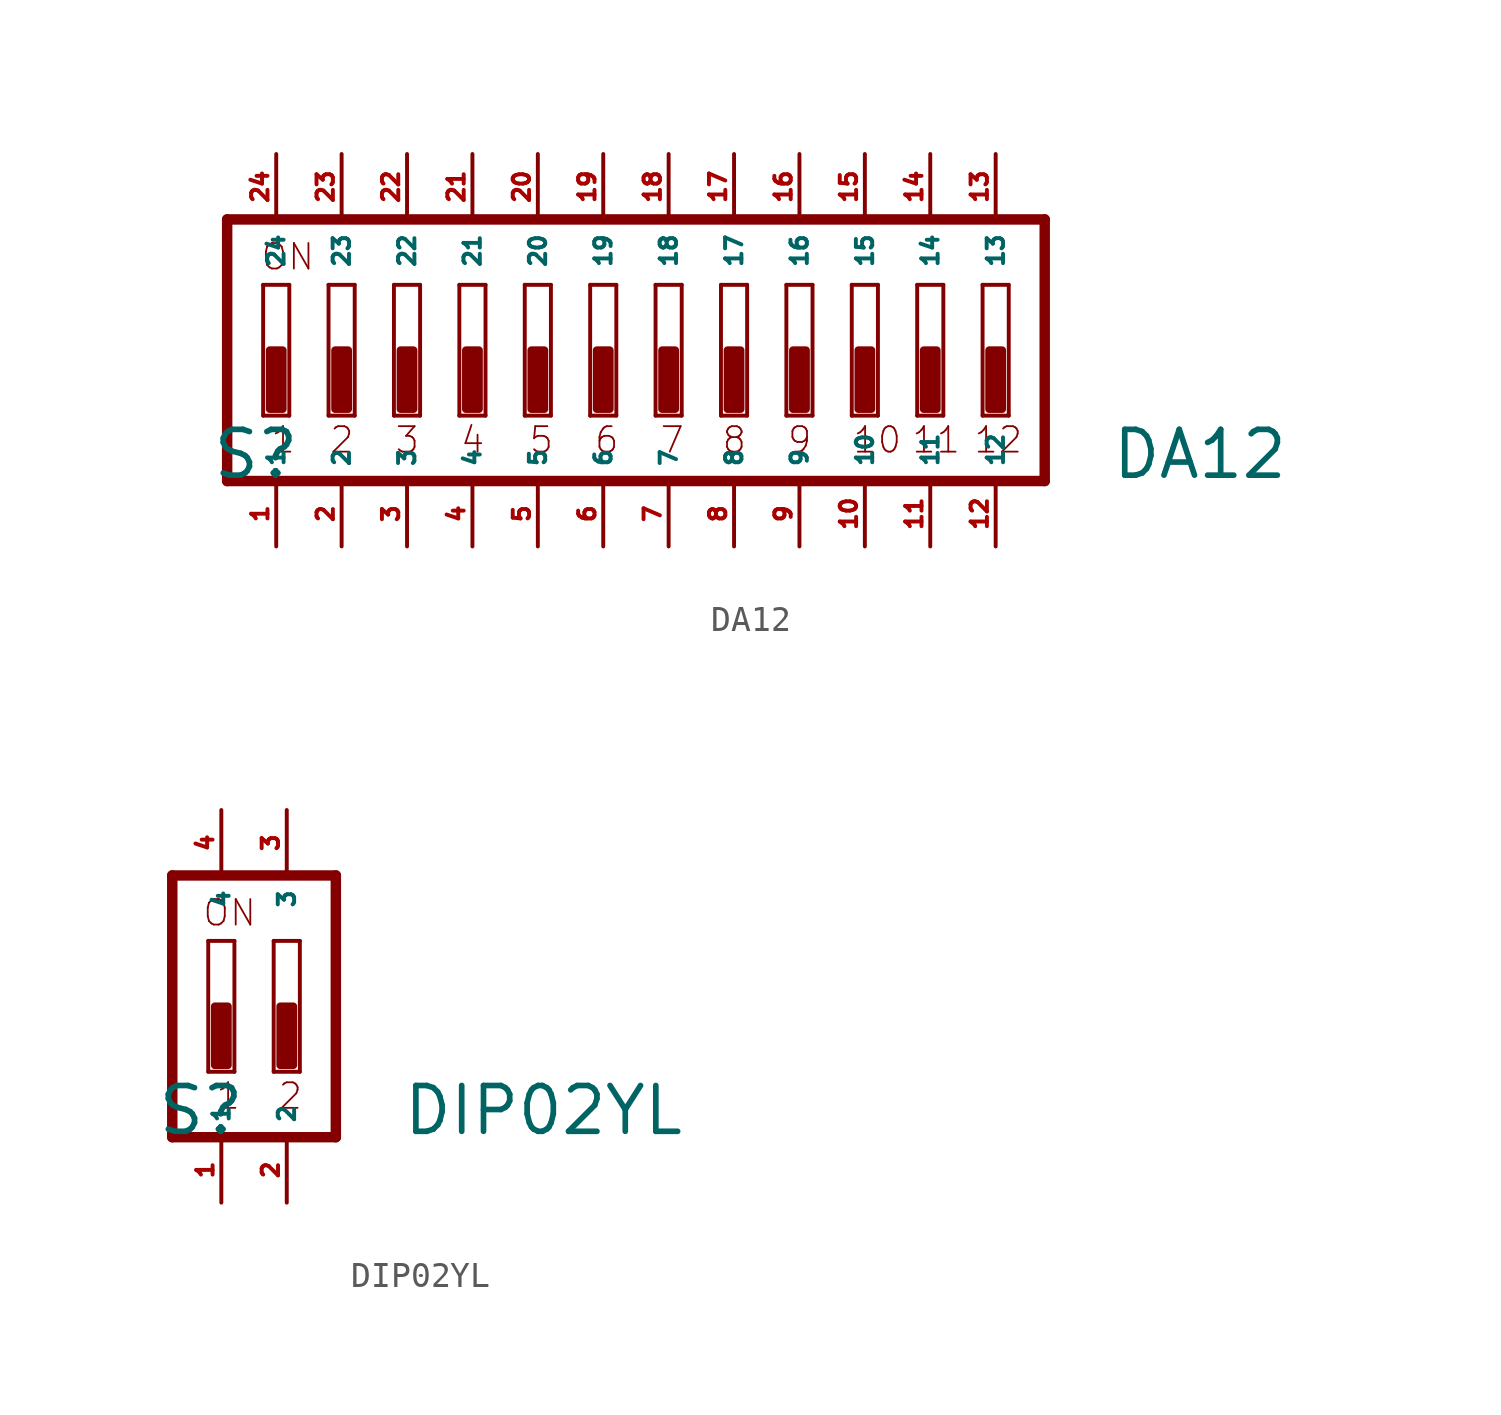
<source format=kicad_sym>
(kicad_symbol_lib
  (version 20220914)
  (generator Eagle2Kicad)
  (symbol "DA12"
    (property "Reference" "S"
      (at -17.78 -5.08 0)
      (effects (font (size 1.778 1.778) (thickness 0.22)) (justify left bottom)))
    (property "Value" "DA12"
      (at 17.145 -5.08 0)
      (effects (font (size 1.778 1.778) (thickness 0.22)) (justify left bottom)))
    (polyline
      (pts (xy 14.605 5.08) (xy -17.145 5.08))
      (stroke (width 0.406) (type default))
      (fill (type none)))
    (polyline
      (pts (xy -17.145 5.08) (xy -17.145 -5.08))
      (stroke (width 0.406) (type default))
      (fill (type none)))
    (polyline
      (pts (xy -17.145 -5.08) (xy 14.605 -5.08))
      (stroke (width 0.406) (type default))
      (fill (type none)))
    (polyline
      (pts (xy 14.605 -5.08) (xy 14.605 5.08))
      (stroke (width 0.406) (type default))
      (fill (type none)))
    (polyline
      (pts (xy -14.732 -2.54) (xy -15.748 -2.54))
      (stroke (width 0.152) (type default))
      (fill (type none)))
    (polyline
      (pts (xy -15.748 2.54) (xy -14.732 2.54))
      (stroke (width 0.152) (type default))
      (fill (type none)))
    (polyline
      (pts (xy -14.732 2.54) (xy -14.732 -2.54))
      (stroke (width 0.152) (type default))
      (fill (type none)))
    (polyline
      (pts (xy -15.748 -2.54) (xy -15.748 2.54))
      (stroke (width 0.152) (type default))
      (fill (type none)))
    (polyline
      (pts (xy -12.192 -2.54) (xy -13.208 -2.54))
      (stroke (width 0.152) (type default))
      (fill (type none)))
    (polyline
      (pts (xy -13.208 2.54) (xy -12.192 2.54))
      (stroke (width 0.152) (type default))
      (fill (type none)))
    (polyline
      (pts (xy -12.192 2.54) (xy -12.192 -2.54))
      (stroke (width 0.152) (type default))
      (fill (type none)))
    (polyline
      (pts (xy -13.208 -2.54) (xy -13.208 2.54))
      (stroke (width 0.152) (type default))
      (fill (type none)))
    (polyline
      (pts (xy -9.652 -2.54) (xy -10.668 -2.54))
      (stroke (width 0.152) (type default))
      (fill (type none)))
    (polyline
      (pts (xy -10.668 2.54) (xy -9.652 2.54))
      (stroke (width 0.152) (type default))
      (fill (type none)))
    (polyline
      (pts (xy -9.652 2.54) (xy -9.652 -2.54))
      (stroke (width 0.152) (type default))
      (fill (type none)))
    (polyline
      (pts (xy -10.668 -2.54) (xy -10.668 2.54))
      (stroke (width 0.152) (type default))
      (fill (type none)))
    (polyline
      (pts (xy -7.112 -2.54) (xy -8.128 -2.54))
      (stroke (width 0.152) (type default))
      (fill (type none)))
    (polyline
      (pts (xy -8.128 2.54) (xy -7.112 2.54))
      (stroke (width 0.152) (type default))
      (fill (type none)))
    (polyline
      (pts (xy -7.112 2.54) (xy -7.112 -2.54))
      (stroke (width 0.152) (type default))
      (fill (type none)))
    (polyline
      (pts (xy -8.128 -2.54) (xy -8.128 2.54))
      (stroke (width 0.152) (type default))
      (fill (type none)))
    (polyline
      (pts (xy -4.572 -2.54) (xy -5.588 -2.54))
      (stroke (width 0.152) (type default))
      (fill (type none)))
    (polyline
      (pts (xy -5.588 2.54) (xy -4.572 2.54))
      (stroke (width 0.152) (type default))
      (fill (type none)))
    (polyline
      (pts (xy -4.572 2.54) (xy -4.572 -2.54))
      (stroke (width 0.152) (type default))
      (fill (type none)))
    (polyline
      (pts (xy -5.588 -2.54) (xy -5.588 2.54))
      (stroke (width 0.152) (type default))
      (fill (type none)))
    (polyline
      (pts (xy -2.032 -2.54) (xy -3.048 -2.54))
      (stroke (width 0.152) (type default))
      (fill (type none)))
    (polyline
      (pts (xy -3.048 2.54) (xy -2.032 2.54))
      (stroke (width 0.152) (type default))
      (fill (type none)))
    (polyline
      (pts (xy -2.032 2.54) (xy -2.032 -2.54))
      (stroke (width 0.152) (type default))
      (fill (type none)))
    (polyline
      (pts (xy -3.048 -2.54) (xy -3.048 2.54))
      (stroke (width 0.152) (type default))
      (fill (type none)))
    (polyline
      (pts (xy 0.508 -2.54) (xy -0.508 -2.54))
      (stroke (width 0.152) (type default))
      (fill (type none)))
    (polyline
      (pts (xy -0.508 2.54) (xy 0.508 2.54))
      (stroke (width 0.152) (type default))
      (fill (type none)))
    (polyline
      (pts (xy 0.508 2.54) (xy 0.508 -2.54))
      (stroke (width 0.152) (type default))
      (fill (type none)))
    (polyline
      (pts (xy -0.508 -2.54) (xy -0.508 2.54))
      (stroke (width 0.152) (type default))
      (fill (type none)))
    (polyline
      (pts (xy 3.048 -2.54) (xy 2.032 -2.54))
      (stroke (width 0.152) (type default))
      (fill (type none)))
    (polyline
      (pts (xy 2.032 2.54) (xy 3.048 2.54))
      (stroke (width 0.152) (type default))
      (fill (type none)))
    (polyline
      (pts (xy 3.048 2.54) (xy 3.048 -2.54))
      (stroke (width 0.152) (type default))
      (fill (type none)))
    (polyline
      (pts (xy 2.032 -2.54) (xy 2.032 2.54))
      (stroke (width 0.152) (type default))
      (fill (type none)))
    (polyline
      (pts (xy 5.588 -2.54) (xy 4.572 -2.54))
      (stroke (width 0.152) (type default))
      (fill (type none)))
    (polyline
      (pts (xy 4.572 2.54) (xy 5.588 2.54))
      (stroke (width 0.152) (type default))
      (fill (type none)))
    (polyline
      (pts (xy 5.588 2.54) (xy 5.588 -2.54))
      (stroke (width 0.152) (type default))
      (fill (type none)))
    (polyline
      (pts (xy 4.572 -2.54) (xy 4.572 2.54))
      (stroke (width 0.152) (type default))
      (fill (type none)))
    (polyline
      (pts (xy 8.128 -2.54) (xy 7.112 -2.54))
      (stroke (width 0.152) (type default))
      (fill (type none)))
    (polyline
      (pts (xy 7.112 2.54) (xy 8.128 2.54))
      (stroke (width 0.152) (type default))
      (fill (type none)))
    (polyline
      (pts (xy 8.128 2.54) (xy 8.128 -2.54))
      (stroke (width 0.152) (type default))
      (fill (type none)))
    (polyline
      (pts (xy 7.112 -2.54) (xy 7.112 2.54))
      (stroke (width 0.152) (type default))
      (fill (type none)))
    (polyline
      (pts (xy 10.668 -2.54) (xy 9.652 -2.54))
      (stroke (width 0.152) (type default))
      (fill (type none)))
    (polyline
      (pts (xy 9.652 2.54) (xy 10.668 2.54))
      (stroke (width 0.152) (type default))
      (fill (type none)))
    (polyline
      (pts (xy 10.668 2.54) (xy 10.668 -2.54))
      (stroke (width 0.152) (type default))
      (fill (type none)))
    (polyline
      (pts (xy 9.652 -2.54) (xy 9.652 2.54))
      (stroke (width 0.152) (type default))
      (fill (type none)))
    (polyline
      (pts (xy 13.208 -2.54) (xy 12.192 -2.54))
      (stroke (width 0.152) (type default))
      (fill (type none)))
    (polyline
      (pts (xy 12.192 2.54) (xy 13.208 2.54))
      (stroke (width 0.152) (type default))
      (fill (type none)))
    (polyline
      (pts (xy 13.208 2.54) (xy 13.208 -2.54))
      (stroke (width 0.152) (type default))
      (fill (type none)))
    (polyline
      (pts (xy 12.192 -2.54) (xy 12.192 2.54))
      (stroke (width 0.152) (type default))
      (fill (type none)))
    (text "1"
      (at -15.494 -4.064 0)
      (effects (font (size 0.991 0.991) (thickness 0.07)) (justify left bottom)))
    (text "2"
      (at -13.208 -4.064 0)
      (effects (font (size 0.991 0.991) (thickness 0.07)) (justify left bottom)))
    (text "3"
      (at -10.668 -4.064 0)
      (effects (font (size 0.991 0.991) (thickness 0.07)) (justify left bottom)))
    (text "4"
      (at -8.128 -4.064 0)
      (effects (font (size 0.991 0.991) (thickness 0.07)) (justify left bottom)))
    (text "5"
      (at -5.461 -4.064 0)
      (effects (font (size 0.991 0.991) (thickness 0.07)) (justify left bottom)))
    (text "6"
      (at -2.921 -4.064 0)
      (effects (font (size 0.991 0.991) (thickness 0.07)) (justify left bottom)))
    (text "7"
      (at -0.381 -4.064 0)
      (effects (font (size 0.991 0.991) (thickness 0.07)) (justify left bottom)))
    (text "8"
      (at 2.032 -4.064 0)
      (effects (font (size 0.991 0.991) (thickness 0.07)) (justify left bottom)))
    (text "9"
      (at 4.572 -4.064 0)
      (effects (font (size 0.991 0.991) (thickness 0.07)) (justify left bottom)))
    (text "ON"
      (at -15.875 3.048 0)
      (effects (font (size 0.991 0.991) (thickness 0.07)) (justify left bottom)))
    (text "10"
      (at 7.112 -4.064 0)
      (effects (font (size 0.991 0.991) (thickness 0.07)) (justify left bottom)))
    (text "11"
      (at 9.398 -4.064 0)
      (effects (font (size 0.991 0.991) (thickness 0.07)) (justify left bottom)))
    (text "12"
      (at 11.811 -4.064 0)
      (effects (font (size 0.991 0.991) (thickness 0.07)) (justify left bottom)))
    (rectangle
      (start -15.494 -2.286)
      (end -14.986 0)
      (stroke (width 0.3) (type default))
      (fill (type outline)))
    (rectangle
      (start -12.954 -2.286)
      (end -12.446 0)
      (stroke (width 0.3) (type default))
      (fill (type outline)))
    (rectangle
      (start -10.414 -2.286)
      (end -9.906 0)
      (stroke (width 0.3) (type default))
      (fill (type outline)))
    (rectangle
      (start -7.874 -2.286)
      (end -7.366 0)
      (stroke (width 0.3) (type default))
      (fill (type outline)))
    (rectangle
      (start -5.334 -2.286)
      (end -4.826 0)
      (stroke (width 0.3) (type default))
      (fill (type outline)))
    (rectangle
      (start -2.794 -2.286)
      (end -2.286 0)
      (stroke (width 0.3) (type default))
      (fill (type outline)))
    (rectangle
      (start -0.254 -2.286)
      (end 0.254 0)
      (stroke (width 0.3) (type default))
      (fill (type outline)))
    (rectangle
      (start 2.286 -2.286)
      (end 2.794 0)
      (stroke (width 0.3) (type default))
      (fill (type outline)))
    (rectangle
      (start 4.826 -2.286)
      (end 5.334 0)
      (stroke (width 0.3) (type default))
      (fill (type outline)))
    (rectangle
      (start 7.366 -2.286)
      (end 7.874 0)
      (stroke (width 0.3) (type default))
      (fill (type outline)))
    (rectangle
      (start 9.906 -2.286)
      (end 10.414 0)
      (stroke (width 0.3) (type default))
      (fill (type outline)))
    (rectangle
      (start 12.446 -2.286)
      (end 12.954 0)
      (stroke (width 0.3) (type default))
      (fill (type outline)))
    (pin passive line
      (at 5.08 7.62 270)
      (length 2.54)
      (name "16" (effects (font (size 0.635 0.635) (thickness 0.08)) (justify left bottom)))
      (number "16" (effects (font (size 0.635 0.635) (thickness 0.08)) (justify left bottom))))
    (pin passive line
      (at 2.54 7.62 270)
      (length 2.54)
      (name "17" (effects (font (size 0.635 0.635) (thickness 0.08)) (justify left bottom)))
      (number "17" (effects (font (size 0.635 0.635) (thickness 0.08)) (justify left bottom))))
    (pin passive line
      (at 0 7.62 270)
      (length 2.54)
      (name "18" (effects (font (size 0.635 0.635) (thickness 0.08)) (justify left bottom)))
      (number "18" (effects (font (size 0.635 0.635) (thickness 0.08)) (justify left bottom))))
    (pin passive line
      (at -2.54 7.62 270)
      (length 2.54)
      (name "19" (effects (font (size 0.635 0.635) (thickness 0.08)) (justify left bottom)))
      (number "19" (effects (font (size 0.635 0.635) (thickness 0.08)) (justify left bottom))))
    (pin passive line
      (at -5.08 7.62 270)
      (length 2.54)
      (name "20" (effects (font (size 0.635 0.635) (thickness 0.08)) (justify left bottom)))
      (number "20" (effects (font (size 0.635 0.635) (thickness 0.08)) (justify left bottom))))
    (pin passive line
      (at -7.62 7.62 270)
      (length 2.54)
      (name "21" (effects (font (size 0.635 0.635) (thickness 0.08)) (justify left bottom)))
      (number "21" (effects (font (size 0.635 0.635) (thickness 0.08)) (justify left bottom))))
    (pin passive line
      (at -10.16 7.62 270)
      (length 2.54)
      (name "22" (effects (font (size 0.635 0.635) (thickness 0.08)) (justify left bottom)))
      (number "22" (effects (font (size 0.635 0.635) (thickness 0.08)) (justify left bottom))))
    (pin passive line
      (at -12.7 7.62 270)
      (length 2.54)
      (name "23" (effects (font (size 0.635 0.635) (thickness 0.08)) (justify left bottom)))
      (number "23" (effects (font (size 0.635 0.635) (thickness 0.08)) (justify left bottom))))
    (pin passive line
      (at -15.24 7.62 270)
      (length 2.54)
      (name "24" (effects (font (size 0.635 0.635) (thickness 0.08)) (justify left bottom)))
      (number "24" (effects (font (size 0.635 0.635) (thickness 0.08)) (justify left bottom))))
    (pin passive line
      (at -15.24 -7.62 90)
      (length 2.54)
      (name "1" (effects (font (size 0.635 0.635) (thickness 0.08)) (justify left bottom)))
      (number "1" (effects (font (size 0.635 0.635) (thickness 0.08)) (justify left bottom))))
    (pin passive line
      (at -12.7 -7.62 90)
      (length 2.54)
      (name "2" (effects (font (size 0.635 0.635) (thickness 0.08)) (justify left bottom)))
      (number "2" (effects (font (size 0.635 0.635) (thickness 0.08)) (justify left bottom))))
    (pin passive line
      (at -10.16 -7.62 90)
      (length 2.54)
      (name "3" (effects (font (size 0.635 0.635) (thickness 0.08)) (justify left bottom)))
      (number "3" (effects (font (size 0.635 0.635) (thickness 0.08)) (justify left bottom))))
    (pin passive line
      (at -7.62 -7.62 90)
      (length 2.54)
      (name "4" (effects (font (size 0.635 0.635) (thickness 0.08)) (justify left bottom)))
      (number "4" (effects (font (size 0.635 0.635) (thickness 0.08)) (justify left bottom))))
    (pin passive line
      (at -5.08 -7.62 90)
      (length 2.54)
      (name "5" (effects (font (size 0.635 0.635) (thickness 0.08)) (justify left bottom)))
      (number "5" (effects (font (size 0.635 0.635) (thickness 0.08)) (justify left bottom))))
    (pin passive line
      (at -2.54 -7.62 90)
      (length 2.54)
      (name "6" (effects (font (size 0.635 0.635) (thickness 0.08)) (justify left bottom)))
      (number "6" (effects (font (size 0.635 0.635) (thickness 0.08)) (justify left bottom))))
    (pin passive line
      (at 0 -7.62 90)
      (length 2.54)
      (name "7" (effects (font (size 0.635 0.635) (thickness 0.08)) (justify left bottom)))
      (number "7" (effects (font (size 0.635 0.635) (thickness 0.08)) (justify left bottom))))
    (pin passive line
      (at 2.54 -7.62 90)
      (length 2.54)
      (name "8" (effects (font (size 0.635 0.635) (thickness 0.08)) (justify left bottom)))
      (number "8" (effects (font (size 0.635 0.635) (thickness 0.08)) (justify left bottom))))
    (pin passive line
      (at 5.08 -7.62 90)
      (length 2.54)
      (name "9" (effects (font (size 0.635 0.635) (thickness 0.08)) (justify left bottom)))
      (number "9" (effects (font (size 0.635 0.635) (thickness 0.08)) (justify left bottom))))
    (pin passive line
      (at 7.62 -7.62 90)
      (length 2.54)
      (name "10" (effects (font (size 0.635 0.635) (thickness 0.08)) (justify left bottom)))
      (number "10" (effects (font (size 0.635 0.635) (thickness 0.08)) (justify left bottom))))
    (pin passive line
      (at 7.62 7.62 270)
      (length 2.54)
      (name "15" (effects (font (size 0.635 0.635) (thickness 0.08)) (justify left bottom)))
      (number "15" (effects (font (size 0.635 0.635) (thickness 0.08)) (justify left bottom))))
    (pin passive line
      (at 10.16 -7.62 90)
      (length 2.54)
      (name "11" (effects (font (size 0.635 0.635) (thickness 0.08)) (justify left bottom)))
      (number "11" (effects (font (size 0.635 0.635) (thickness 0.08)) (justify left bottom))))
    (pin passive line
      (at 12.7 -7.62 90)
      (length 2.54)
      (name "12" (effects (font (size 0.635 0.635) (thickness 0.08)) (justify left bottom)))
      (number "12" (effects (font (size 0.635 0.635) (thickness 0.08)) (justify left bottom))))
    (pin passive line
      (at 12.7 7.62 270)
      (length 2.54)
      (name "13" (effects (font (size 0.635 0.635) (thickness 0.08)) (justify left bottom)))
      (number "13" (effects (font (size 0.635 0.635) (thickness 0.08)) (justify left bottom))))
    (pin passive line
      (at 10.16 7.62 270)
      (length 2.54)
      (name "14" (effects (font (size 0.635 0.635) (thickness 0.08)) (justify left bottom)))
      (number "14" (effects (font (size 0.635 0.635) (thickness 0.08)) (justify left bottom)))))
  (symbol "DIP02YL"
    (property "Reference" "S"
      (at -2.54 -5.08 0)
      (effects (font (size 1.778 1.778) (thickness 0.22)) (justify left bottom)))
    (property "Value" "DIP02YL"
      (at 6.985 -5.08 0)
      (effects (font (size 1.778 1.778) (thickness 0.22)) (justify left bottom)))
    (polyline
      (pts (xy -1.905 5.08) (xy -1.905 -5.08))
      (stroke (width 0.406) (type default))
      (fill (type none)))
    (polyline
      (pts (xy -1.905 5.08) (xy 4.445 5.08))
      (stroke (width 0.406) (type default))
      (fill (type none)))
    (polyline
      (pts (xy 4.445 -5.08) (xy 4.445 5.08))
      (stroke (width 0.406) (type default))
      (fill (type none)))
    (polyline
      (pts (xy 4.445 -5.08) (xy -1.905 -5.08))
      (stroke (width 0.406) (type default))
      (fill (type none)))
    (polyline
      (pts (xy 0.508 -2.54) (xy -0.508 -2.54))
      (stroke (width 0.152) (type default))
      (fill (type none)))
    (polyline
      (pts (xy -0.508 2.54) (xy 0.508 2.54))
      (stroke (width 0.152) (type default))
      (fill (type none)))
    (polyline
      (pts (xy 0.508 2.54) (xy 0.508 -2.54))
      (stroke (width 0.152) (type default))
      (fill (type none)))
    (polyline
      (pts (xy -0.508 -2.54) (xy -0.508 2.54))
      (stroke (width 0.152) (type default))
      (fill (type none)))
    (polyline
      (pts (xy 3.048 -2.54) (xy 2.032 -2.54))
      (stroke (width 0.152) (type default))
      (fill (type none)))
    (polyline
      (pts (xy 2.032 2.54) (xy 3.048 2.54))
      (stroke (width 0.152) (type default))
      (fill (type none)))
    (polyline
      (pts (xy 3.048 2.54) (xy 3.048 -2.54))
      (stroke (width 0.152) (type default))
      (fill (type none)))
    (polyline
      (pts (xy 2.032 -2.54) (xy 2.032 2.54))
      (stroke (width 0.152) (type default))
      (fill (type none)))
    (text "1"
      (at -0.254 -4.064 0)
      (effects (font (size 0.991 0.991) (thickness 0.07)) (justify left bottom)))
    (text "2"
      (at 2.159 -4.064 0)
      (effects (font (size 0.991 0.991) (thickness 0.07)) (justify left bottom)))
    (text "ON"
      (at -0.762 3.048 0)
      (effects (font (size 0.991 0.991) (thickness 0.07)) (justify left bottom)))
    (rectangle
      (start -0.254 -2.286)
      (end 0.254 0)
      (stroke (width 0.3) (type default))
      (fill (type outline)))
    (rectangle
      (start 2.286 -2.286)
      (end 2.794 0)
      (stroke (width 0.3) (type default))
      (fill (type outline)))
    (pin passive line
      (at 2.54 7.62 270)
      (length 2.54)
      (name "3" (effects (font (size 0.635 0.635) (thickness 0.08)) (justify left bottom)))
      (number "3" (effects (font (size 0.635 0.635) (thickness 0.08)) (justify left bottom))))
    (pin passive line
      (at 0 7.62 270)
      (length 2.54)
      (name "4" (effects (font (size 0.635 0.635) (thickness 0.08)) (justify left bottom)))
      (number "4" (effects (font (size 0.635 0.635) (thickness 0.08)) (justify left bottom))))
    (pin passive line
      (at 0 -7.62 90)
      (length 2.54)
      (name "1" (effects (font (size 0.635 0.635) (thickness 0.08)) (justify left bottom)))
      (number "1" (effects (font (size 0.635 0.635) (thickness 0.08)) (justify left bottom))))
    (pin passive line
      (at 2.54 -7.62 90)
      (length 2.54)
      (name "2" (effects (font (size 0.635 0.635) (thickness 0.08)) (justify left bottom)))
      (number "2" (effects (font (size 0.635 0.635) (thickness 0.08)) (justify left bottom))))))
</source>
